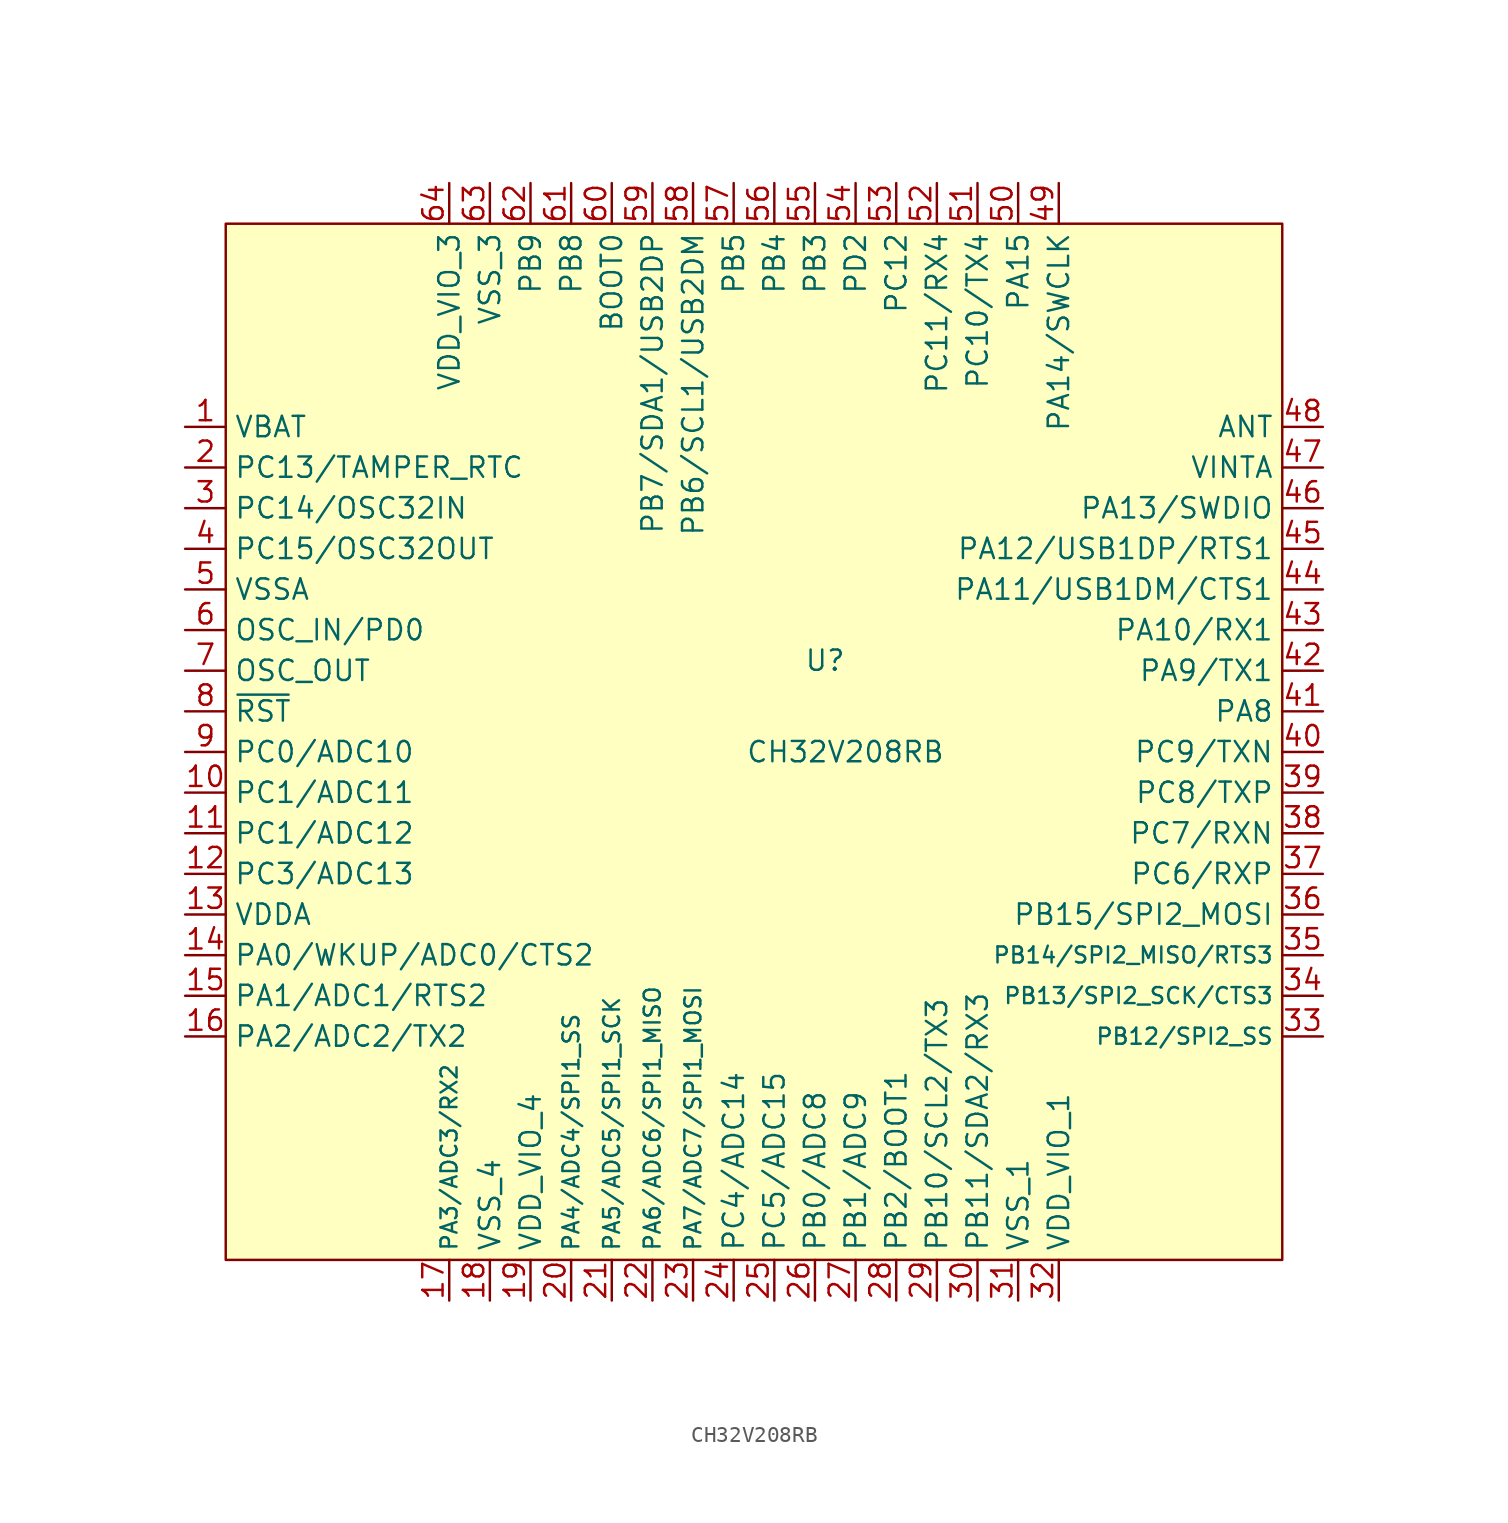
<source format=kicad_sym>
(kicad_symbol_lib
  (version 20231120)
  (generator "kicad_symbol_editor")
  (generator_version "8.0")
  (symbol "CH32V208RB"
    (property "Reference" "U"
      (at 4.445 4.445 0)
      (effects (font (size 1.27 1.27))))
    (property "Value" "CH32V208RB"
      (at 5.715 -1.27 0)
      (effects (font (size 1.27 1.27))))
    (symbol "CH32V208RB_0_1"
      (rectangle (start -33.02 31.75) (end 33.02 -33.02) (stroke (width 0) (type default)) (fill (type background))))
    (symbol "CH32V208RB_1_1"
      (pin bidirectional line (at -35.56 19.05 0) (length 2.54) (name "VBAT" (effects (font (size 1.27 1.27)))) (number "1" (effects (font (size 1.27 1.27)))))
      (pin bidirectional line (at -35.56 -3.81 0) (length 2.54) (name "PC1/ADC11" (effects (font (size 1.27 1.27)))) (number "10" (effects (font (size 1.27 1.27)))))
      (pin bidirectional line (at -35.56 -6.35 0) (length 2.54) (name "PC1/ADC12" (effects (font (size 1.27 1.27)))) (number "11" (effects (font (size 1.27 1.27)))))
      (pin bidirectional line (at -35.56 -8.89 0) (length 2.54) (name "PC3/ADC13" (effects (font (size 1.27 1.27)))) (number "12" (effects (font (size 1.27 1.27)))))
      (pin power_in line (at -35.56 -11.43 0) (length 2.54) (name "VDDA" (effects (font (size 1.27 1.27)))) (number "13" (effects (font (size 1.27 1.27)))))
      (pin bidirectional line (at -35.56 -13.97 0) (length 2.54) (name "PA0/WKUP/ADC0/CTS2" (effects (font (size 1.27 1.27)))) (number "14" (effects (font (size 1.27 1.27)))))
      (pin bidirectional line (at -35.56 -16.51 0) (length 2.54) (name "PA1/ADC1/RTS2" (effects (font (size 1.27 1.27)))) (number "15" (effects (font (size 1.27 1.27)))))
      (pin bidirectional line (at -35.56 -19.05 0) (length 2.54) (name "PA2/ADC2/TX2" (effects (font (size 1.27 1.27)))) (number "16" (effects (font (size 1.27 1.27)))))
      (pin bidirectional line (at -19.05 -35.56 90) (length 2.54) (name "PA3/ADC3/RX2" (effects (font (size 1 1)))) (number "17" (effects (font (size 1.27 1.27)))))
      (pin bidirectional line (at -16.51 -35.56 90) (length 2.54) (name "VSS_4" (effects (font (size 1.27 1.27)))) (number "18" (effects (font (size 1.27 1.27)))))
      (pin bidirectional line (at -13.97 -35.56 90) (length 2.54) (name "VDD_VIO_4" (effects (font (size 1.27 1.27)))) (number "19" (effects (font (size 1.27 1.27)))))
      (pin bidirectional line (at -35.56 16.51 0) (length 2.54) (name "PC13/TAMPER_RTC" (effects (font (size 1.27 1.27)))) (number "2" (effects (font (size 1.27 1.27)))))
      (pin bidirectional line (at -11.43 -35.56 90) (length 2.54) (name "PA4/ADC4/SPI1_SS" (effects (font (size 1 1)))) (number "20" (effects (font (size 1.27 1.27)))))
      (pin bidirectional line (at -8.89 -35.56 90) (length 2.54) (name "PA5/ADC5/SPI1_SCK" (effects (font (size 1 1)))) (number "21" (effects (font (size 1.27 1.27)))))
      (pin bidirectional line (at -6.35 -35.56 90) (length 2.54) (name "PA6/ADC6/SPI1_MISO" (effects (font (size 1 1)))) (number "22" (effects (font (size 1.27 1.27)))))
      (pin power_in line (at -3.81 -35.56 90) (length 2.54) (name "PA7/ADC7/SPI1_MOSI" (effects (font (size 1 1)))) (number "23" (effects (font (size 1.27 1.27)))))
      (pin power_in line (at -1.27 -35.56 90) (length 2.54) (name "PC4/ADC14" (effects (font (size 1.27 1.27)))) (number "24" (effects (font (size 1.27 1.27)))))
      (pin bidirectional line (at 1.27 -35.56 90) (length 2.54) (name "PC5/ADC15" (effects (font (size 1.27 1.27)))) (number "25" (effects (font (size 1.27 1.27)))))
      (pin bidirectional line (at 3.81 -35.56 90) (length 2.54) (name "PB0/ADC8" (effects (font (size 1.27 1.27)))) (number "26" (effects (font (size 1.27 1.27)))))
      (pin bidirectional line (at 6.35 -35.56 90) (length 2.54) (name "PB1/ADC9" (effects (font (size 1.27 1.27)))) (number "27" (effects (font (size 1.27 1.27)))))
      (pin bidirectional line (at 8.89 -35.56 90) (length 2.54) (name "PB2/BOOT1" (effects (font (size 1.27 1.27)))) (number "28" (effects (font (size 1.27 1.27)))))
      (pin bidirectional line (at 11.43 -35.56 90) (length 2.54) (name "PB10/SCL2/TX3" (effects (font (size 1.27 1.27)))) (number "29" (effects (font (size 1.27 1.27)))))
      (pin bidirectional line (at -35.56 13.97 0) (length 2.54) (name "PC14/OSC32IN" (effects (font (size 1.27 1.27)))) (number "3" (effects (font (size 1.27 1.27)))))
      (pin bidirectional line (at 13.97 -35.56 90) (length 2.54) (name "PB11/SDA2/RX3" (effects (font (size 1.27 1.27)))) (number "30" (effects (font (size 1.27 1.27)))))
      (pin bidirectional line (at 16.51 -35.56 90) (length 2.54) (name "VSS_1" (effects (font (size 1.27 1.27)))) (number "31" (effects (font (size 1.27 1.27)))))
      (pin bidirectional line (at 19.05 -35.56 90) (length 2.54) (name "VDD_VIO_1" (effects (font (size 1.27 1.27)))) (number "32" (effects (font (size 1.27 1.27)))))
      (pin bidirectional line (at 35.56 -19.05 180) (length 2.54) (name "PB12/SPI2_SS" (effects (font (size 1 1)))) (number "33" (effects (font (size 1.27 1.27)))))
      (pin bidirectional line (at 35.56 -16.51 180) (length 2.54) (name "PB13/SPI2_SCK/CTS3" (effects (font (size 1 1)))) (number "34" (effects (font (size 1.27 1.27)))))
      (pin power_in line (at 35.56 -13.97 180) (length 2.54) (name "PB14/SPI2_MISO/RTS3" (effects (font (size 1 1)))) (number "35" (effects (font (size 1.27 1.27)))))
      (pin power_in line (at 35.56 -11.43 180) (length 2.54) (name "PB15/SPI2_MOSI" (effects (font (size 1.27 1.27)))) (number "36" (effects (font (size 1.27 1.27)))))
      (pin bidirectional line (at 35.56 -8.89 180) (length 2.54) (name "PC6/RXP" (effects (font (size 1.27 1.27)))) (number "37" (effects (font (size 1.27 1.27)))))
      (pin bidirectional line (at 35.56 -6.35 180) (length 2.54) (name "PC7/RXN" (effects (font (size 1.27 1.27)))) (number "38" (effects (font (size 1.27 1.27)))))
      (pin bidirectional line (at 35.56 -3.81 180) (length 2.54) (name "PC8/TXP" (effects (font (size 1.27 1.27)))) (number "39" (effects (font (size 1.27 1.27)))))
      (pin bidirectional line (at -35.56 11.43 0) (length 2.54) (name "PC15/OSC32OUT" (effects (font (size 1.27 1.27)))) (number "4" (effects (font (size 1.27 1.27)))))
      (pin bidirectional line (at 35.56 -1.27 180) (length 2.54) (name "PC9/TXN" (effects (font (size 1.27 1.27)))) (number "40" (effects (font (size 1.27 1.27)))))
      (pin bidirectional line (at 35.56 1.27 180) (length 2.54) (name "PA8" (effects (font (size 1.27 1.27)))) (number "41" (effects (font (size 1.27 1.27)))))
      (pin bidirectional line (at 35.56 3.81 180) (length 2.54) (name "PA9/TX1" (effects (font (size 1.27 1.27)))) (number "42" (effects (font (size 1.27 1.27)))))
      (pin bidirectional line (at 35.56 6.35 180) (length 2.54) (name "PA10/RX1" (effects (font (size 1.27 1.27)))) (number "43" (effects (font (size 1.27 1.27)))))
      (pin input line (at 35.56 8.89 180) (length 2.54) (name "PA11/USB1DM/CTS1" (effects (font (size 1.27 1.27)))) (number "44" (effects (font (size 1.27 1.27)))))
      (pin bidirectional line (at 35.56 11.43 180) (length 2.54) (name "PA12/USB1DP/RTS1" (effects (font (size 1.27 1.27)))) (number "45" (effects (font (size 1.27 1.27)))))
      (pin bidirectional line (at 35.56 13.97 180) (length 2.54) (name "PA13/SWDIO" (effects (font (size 1.27 1.27)))) (number "46" (effects (font (size 1.27 1.27)))))
      (pin power_in line (at 35.56 16.51 180) (length 2.54) (name "VINTA" (effects (font (size 1.27 1.27)))) (number "47" (effects (font (size 1.27 1.27)))))
      (pin power_in line (at 35.56 19.05 180) (length 2.54) (name "ANT" (effects (font (size 1.27 1.27)))) (number "48" (effects (font (size 1.27 1.27)))))
      (pin power_in line (at 19.05 34.29 270) (length 2.54) (name "PA14/SWCLK" (effects (font (size 1.27 1.27)))) (number "49" (effects (font (size 1.27 1.27)))))
      (pin power_in line (at -35.56 8.89 0) (length 2.54) (name "VSSA" (effects (font (size 1.27 1.27)))) (number "5" (effects (font (size 1.27 1.27)))))
      (pin bidirectional line (at 16.51 34.29 270) (length 2.54) (name "PA15" (effects (font (size 1.27 1.27)))) (number "50" (effects (font (size 1.27 1.27)))))
      (pin bidirectional line (at 13.97 34.29 270) (length 2.54) (name "PC10/TX4" (effects (font (size 1.27 1.27)))) (number "51" (effects (font (size 1.27 1.27)))))
      (pin power_in line (at 11.43 34.29 270) (length 2.54) (name "PC11/RX4" (effects (font (size 1.27 1.27)))) (number "52" (effects (font (size 1.27 1.27)))))
      (pin power_in line (at 8.89 34.29 270) (length 2.54) (name "PC12" (effects (font (size 1.27 1.27)))) (number "53" (effects (font (size 1.27 1.27)))))
      (pin bidirectional line (at 6.35 34.29 270) (length 2.54) (name "PD2" (effects (font (size 1.27 1.27)))) (number "54" (effects (font (size 1.27 1.27)))))
      (pin bidirectional line (at 3.81 34.29 270) (length 2.54) (name "PB3" (effects (font (size 1.27 1.27)))) (number "55" (effects (font (size 1.27 1.27)))))
      (pin bidirectional line (at 1.27 34.29 270) (length 2.54) (name "PB4" (effects (font (size 1.27 1.27)))) (number "56" (effects (font (size 1.27 1.27)))))
      (pin bidirectional line (at -1.27 34.29 270) (length 2.54) (name "PB5" (effects (font (size 1.27 1.27)))) (number "57" (effects (font (size 1.27 1.27)))))
      (pin bidirectional line (at -3.81 34.29 270) (length 2.54) (name "PB6/SCL1/USB2DM" (effects (font (size 1.27 1.27)))) (number "58" (effects (font (size 1.27 1.27)))))
      (pin bidirectional line (at -6.35 34.29 270) (length 2.54) (name "PB7/SDA1/USB2DP" (effects (font (size 1.27 1.27)))) (number "59" (effects (font (size 1.27 1.27)))))
      (pin bidirectional line (at -35.56 6.35 0) (length 2.54) (name "OSC_IN/PD0" (effects (font (size 1.27 1.27)))) (number "6" (effects (font (size 1.27 1.27)))))
      (pin bidirectional line (at -8.89 34.29 270) (length 2.54) (name "BOOT0" (effects (font (size 1.27 1.27)))) (number "60" (effects (font (size 1.27 1.27)))))
      (pin input line (at -11.43 34.29 270) (length 2.54) (name "PB8" (effects (font (size 1.27 1.27)))) (number "61" (effects (font (size 1.27 1.27)))))
      (pin bidirectional line (at -13.97 34.29 270) (length 2.54) (name "PB9" (effects (font (size 1.27 1.27)))) (number "62" (effects (font (size 1.27 1.27)))))
      (pin bidirectional line (at -16.51 34.29 270) (length 2.54) (name "VSS_3" (effects (font (size 1.27 1.27)))) (number "63" (effects (font (size 1.27 1.27)))))
      (pin power_in line (at -19.05 34.29 270) (length 2.54) (name "VDD_VIO_3" (effects (font (size 1.27 1.27)))) (number "64" (effects (font (size 1.27 1.27)))))
      (pin bidirectional line (at -35.56 3.81 0) (length 2.54) (name "OSC_OUT" (effects (font (size 1.27 1.27)))) (number "7" (effects (font (size 1.27 1.27)))))
      (pin bidirectional line (at -35.56 1.27 0) (length 2.54) (name "~{RST}" (effects (font (size 1.27 1.27)))) (number "8" (effects (font (size 1.27 1.27)))))
      (pin bidirectional line (at -35.56 -1.27 0) (length 2.54) (name "PC0/ADC10" (effects (font (size 1.27 1.27)))) (number "9" (effects (font (size 1.27 1.27))))))))
</source>
